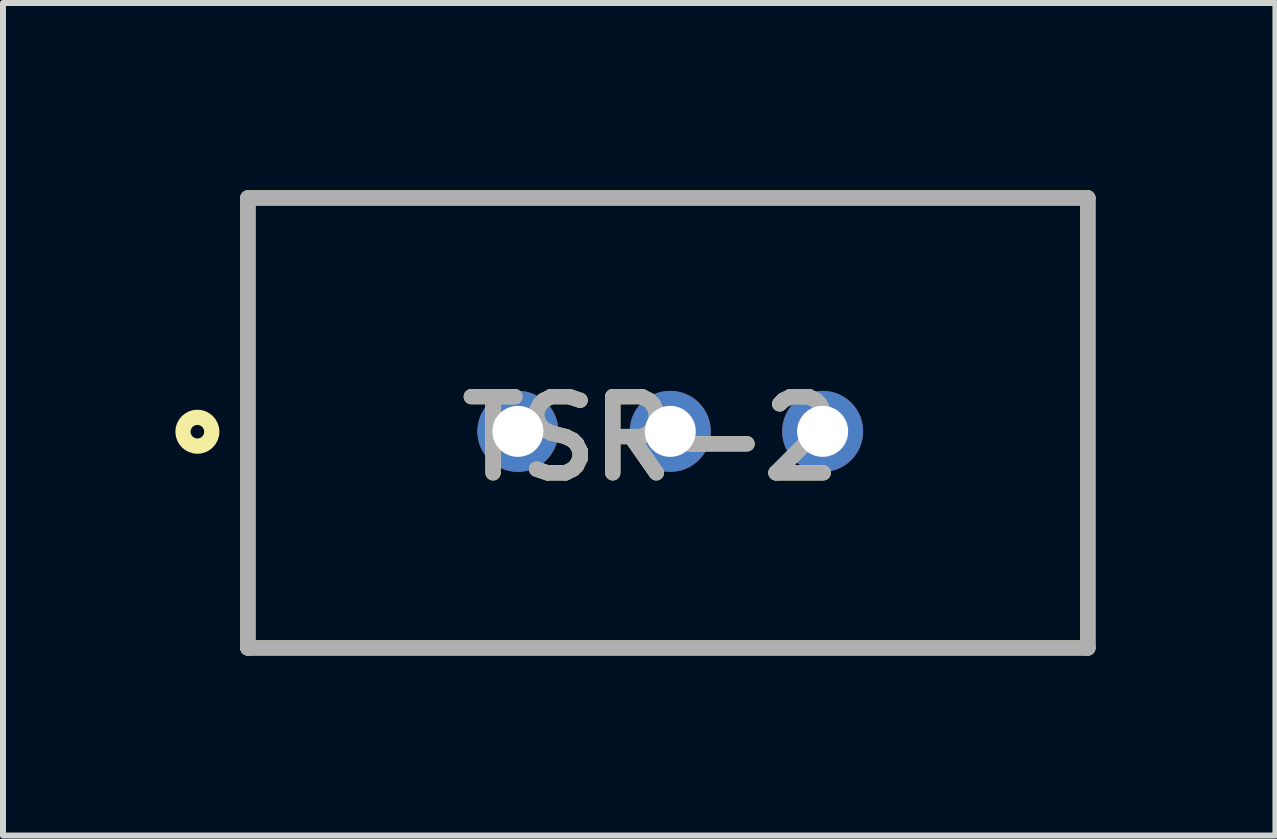
<source format=kicad_pcb>
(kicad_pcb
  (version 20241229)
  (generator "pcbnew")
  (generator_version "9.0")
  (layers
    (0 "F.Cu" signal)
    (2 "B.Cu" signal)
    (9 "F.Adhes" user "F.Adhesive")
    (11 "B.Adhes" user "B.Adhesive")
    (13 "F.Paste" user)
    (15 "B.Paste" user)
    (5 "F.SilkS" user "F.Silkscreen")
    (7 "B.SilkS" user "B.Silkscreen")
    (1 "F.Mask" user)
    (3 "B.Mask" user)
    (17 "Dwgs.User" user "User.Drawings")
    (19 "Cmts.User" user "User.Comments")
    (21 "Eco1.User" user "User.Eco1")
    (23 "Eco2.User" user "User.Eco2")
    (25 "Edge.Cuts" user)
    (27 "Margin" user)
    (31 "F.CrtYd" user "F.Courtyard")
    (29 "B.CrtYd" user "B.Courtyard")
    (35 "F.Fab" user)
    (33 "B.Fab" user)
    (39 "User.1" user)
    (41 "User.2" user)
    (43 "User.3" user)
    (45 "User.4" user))
  (footprint "TSR-2"
    (layer "F.Cu")
    (at 1.082 0.25)
    (property "Reference" "TSR-2" (at 6.717 4.007 0) (layer "F.SilkS") (effects (font (size 1.27 1.27) (thickness 0.254))))
    (attr through_hole)
    (fp_line (start 0 0) (end 14 0) (stroke (width 0.254) (type solid)) (layer "F.SilkS"))
    (fp_line (start 0 7.5) (end 0 0) (stroke (width 0.254) (type solid)) (layer "F.SilkS"))
    (fp_line (start 14 0) (end 14 7.5) (stroke (width 0.254) (type solid)) (layer "F.SilkS"))
    (fp_line (start 14 7.5) (end 0 7.5) (stroke (width 0.254) (type solid)) (layer "F.SilkS"))
    (fp_circle (center -0.842 3.896) (end -0.842 4.009) (stroke (width 0.254) (type solid)) (fill no) (layer "F.SilkS"))
    (fp_line (start 0 0) (end 14 0) (stroke (width 0.254) (type solid)) (layer "F.Fab"))
    (fp_line (start 0 7.5) (end 0 0) (stroke (width 0.254) (type solid)) (layer "F.Fab"))
    (fp_line (start 14 0) (end 14 7.5) (stroke (width 0.254) (type solid)) (layer "F.Fab"))
    (fp_line (start 14 7.5) (end 0 7.5) (stroke (width 0.254) (type solid)) (layer "F.Fab"))
    (fp_text user "${REFERENCE}" (at 6.717 4.007 0) (layer "F.Fab") (effects (font (size 1.27 1.27) (thickness 0.254))))
    (pad "1" thru_hole circle (at 4.5 3.89) (size 1.35 1.35) (drill 0.85) (layers "*.Cu" "*.Mask"))
    (pad "2" thru_hole circle (at 7.04 3.89) (size 1.35 1.35) (drill 0.85) (layers "*.Cu" "*.Mask"))
    (pad "3" thru_hole circle (at 9.58 3.89) (size 1.35 1.35) (drill 0.85) (layers "*.Cu" "*.Mask")))
  (gr_rect
    (start -3 -3)
    (end 18.209 10.877)
    (stroke (width 0.1) (type default))
    (fill no)
    (layer "Edge.Cuts")))
</source>
